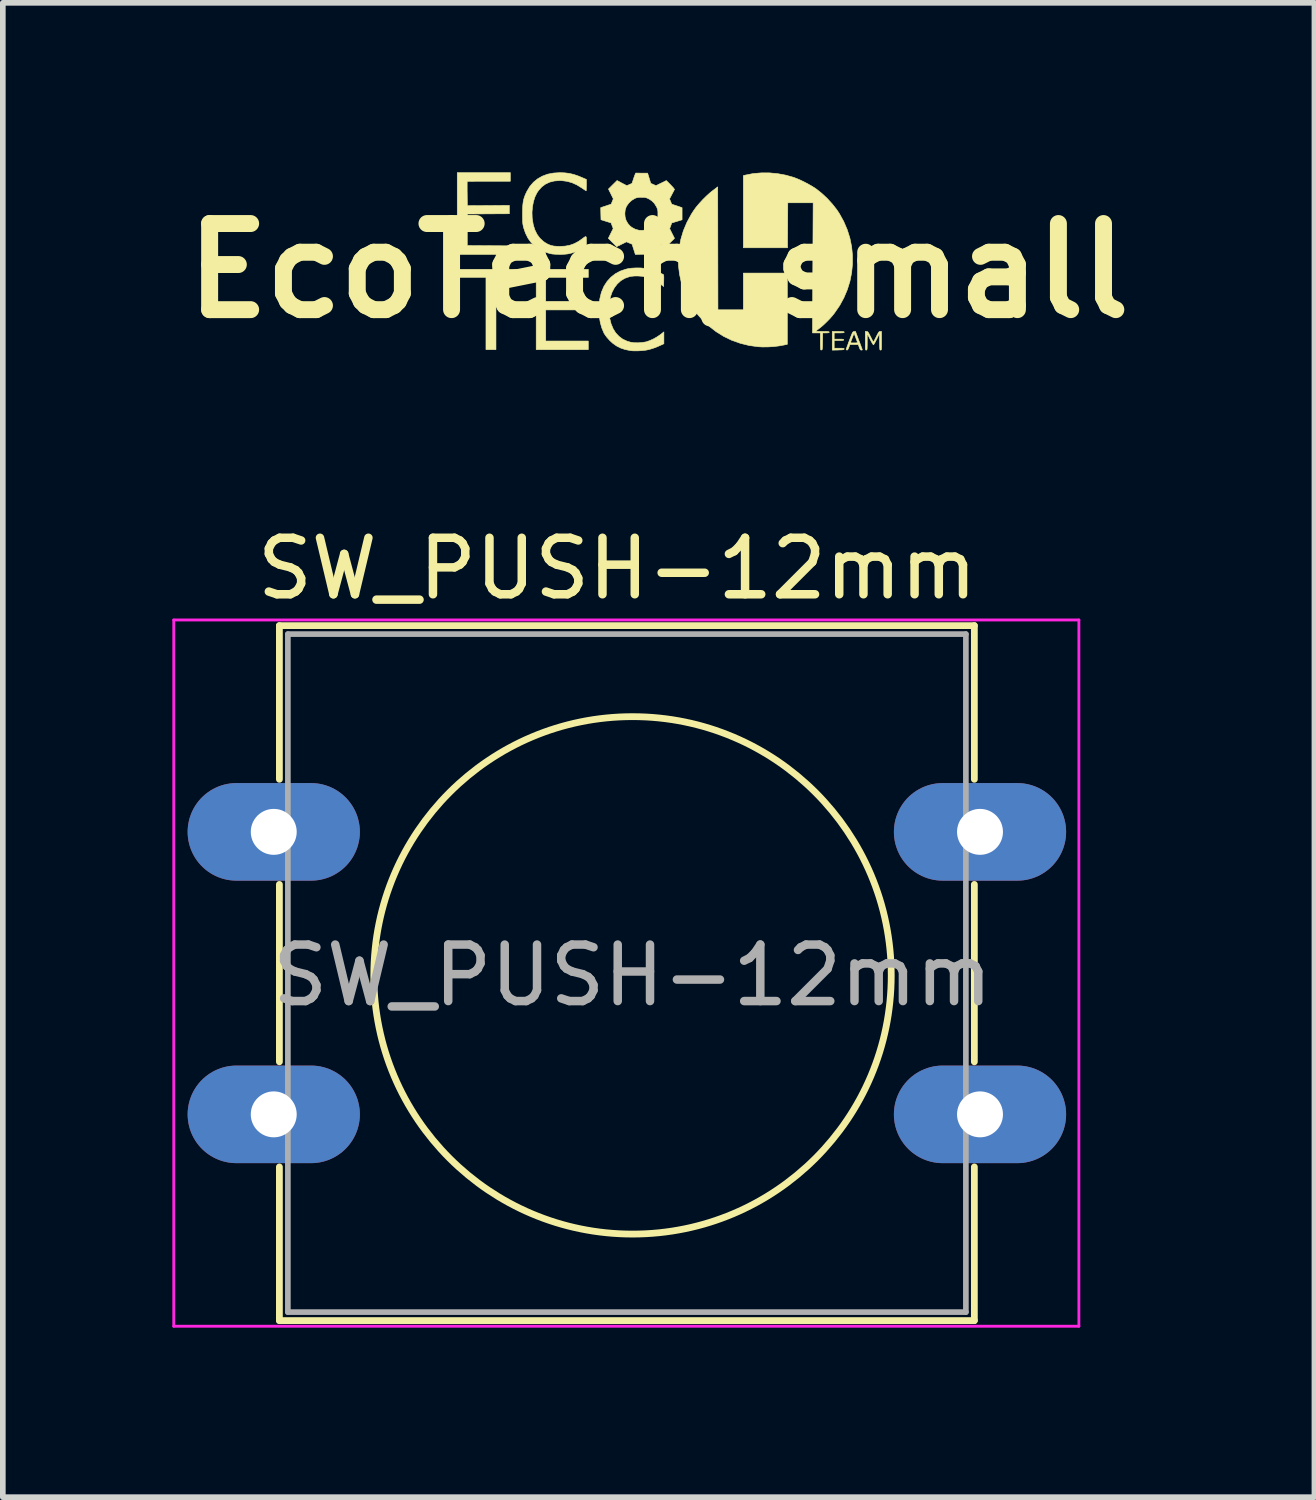
<source format=kicad_pcb>
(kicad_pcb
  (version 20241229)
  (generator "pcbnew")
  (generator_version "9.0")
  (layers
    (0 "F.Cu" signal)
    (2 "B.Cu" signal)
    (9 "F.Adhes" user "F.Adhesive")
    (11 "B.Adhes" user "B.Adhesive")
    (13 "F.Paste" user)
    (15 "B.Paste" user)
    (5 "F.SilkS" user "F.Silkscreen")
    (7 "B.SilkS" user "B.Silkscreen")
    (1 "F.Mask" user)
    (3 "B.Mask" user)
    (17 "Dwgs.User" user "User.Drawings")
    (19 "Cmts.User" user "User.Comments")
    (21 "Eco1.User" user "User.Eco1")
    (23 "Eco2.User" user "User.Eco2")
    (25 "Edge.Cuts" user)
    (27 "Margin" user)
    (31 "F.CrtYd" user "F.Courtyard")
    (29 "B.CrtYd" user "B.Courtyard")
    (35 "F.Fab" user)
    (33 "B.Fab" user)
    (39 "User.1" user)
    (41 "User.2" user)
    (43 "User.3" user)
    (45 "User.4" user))
  (footprint "EcoTech_small"
    (layer "F.Cu")
    (at 8.607 1.741)
    (property "Reference" "EcoTech_small" (at 0 0 0) (layer "F.SilkS") (effects (font (size 1.524 1.524) (thickness 0.3))))
    (attr through_hole)
    (fp_poly (pts (xy -2.371 0.119) (xy -2.879 0.119) (xy -2.879 1.397) (xy -3.056 1.397) (xy -3.056 0.119) (xy -3.56 0.119) (xy -3.56 -0.025) (xy -2.371 -0.025) (xy -2.371 0.119)) (stroke (width 0.01) (type solid)) (fill yes) (layer "F.SilkS"))
    (fp_poly (pts (xy -1.245 0.119) (xy -1.998 0.119) (xy -1.998 0.542) (xy -1.262 0.542) (xy -1.262 0.694) (xy -1.998 0.694) (xy -1.998 1.245) (xy -1.245 1.245) (xy -1.245 1.397) (xy -2.167 1.397) (xy -2.167 -0.025) (xy -1.245 -0.025) (xy -1.245 0.119)) (stroke (width 0.01) (type solid)) (fill yes) (layer "F.SilkS"))
    (fp_poly (pts (xy -2.625 -1.583) (xy -3.004 -1.583) (xy -3.083 -1.583) (xy -3.156 -1.583) (xy -3.222 -1.583) (xy -3.279 -1.582) (xy -3.326 -1.582) (xy -3.361 -1.581) (xy -3.382 -1.58) (xy -3.387 -1.58) (xy -3.388 -1.571) (xy -3.389 -1.547) (xy -3.389 -1.511) (xy -3.389 -1.465) (xy -3.389 -1.411) (xy -3.388 -1.364) (xy -3.386 -1.151) (xy -3.014 -1.153) (xy -2.642 -1.156) (xy -2.642 -1.082) (xy -2.642 -1.008) (xy -3.014 -1.006) (xy -3.387 -1.003) (xy -3.387 -0.445) (xy -2.625 -0.44) (xy -2.625 -0.288) (xy -3.564 -0.288) (xy -3.564 -1.736) (xy -2.625 -1.736) (xy -2.625 -1.583)) (stroke (width 0.01) (type solid)) (fill yes) (layer "F.SilkS"))
    (fp_poly (pts (xy 1.048 -0.332) (xy 1.05 0.821) (xy 1.499 0.821) (xy 1.499 0.042) (xy 2.278 0.042) (xy 2.278 1.303) (xy 2.22 1.315) (xy 2.133 1.331) (xy 2.036 1.343) (xy 1.937 1.349) (xy 1.841 1.35) (xy 1.765 1.346) (xy 1.602 1.324) (xy 1.445 1.285) (xy 1.295 1.232) (xy 1.152 1.163) (xy 1.017 1.079) (xy 0.89 0.98) (xy 0.779 0.875) (xy 0.692 0.777) (xy 0.617 0.678) (xy 0.551 0.571) (xy 0.522 0.516) (xy 0.455 0.369) (xy 0.404 0.218) (xy 0.37 0.064) (xy 0.351 -0.091) (xy 0.349 -0.247) (xy 0.363 -0.402) (xy 0.393 -0.555) (xy 0.438 -0.707) (xy 0.5 -0.854) (xy 0.578 -0.998) (xy 0.618 -1.061) (xy 0.665 -1.126) (xy 0.723 -1.194) (xy 0.787 -1.264) (xy 0.855 -1.33) (xy 0.921 -1.389) (xy 0.961 -1.42) (xy 1.046 -1.484) (xy 1.048 -0.332)) (stroke (width 0.01) (type solid)) (fill yes) (layer "F.SilkS"))
    (fp_poly (pts (xy 3.224 1.076) (xy 3.255 1.077) (xy 3.273 1.079) (xy 3.282 1.083) (xy 3.285 1.088) (xy 3.285 1.088) (xy 3.282 1.094) (xy 3.272 1.098) (xy 3.252 1.1) (xy 3.22 1.101) (xy 3.196 1.101) (xy 3.107 1.101) (xy 3.107 1.211) (xy 3.192 1.211) (xy 3.231 1.211) (xy 3.257 1.213) (xy 3.271 1.216) (xy 3.276 1.221) (xy 3.277 1.223) (xy 3.274 1.229) (xy 3.264 1.233) (xy 3.243 1.235) (xy 3.21 1.236) (xy 3.192 1.236) (xy 3.107 1.236) (xy 3.107 1.372) (xy 3.197 1.372) (xy 3.237 1.372) (xy 3.262 1.373) (xy 3.277 1.375) (xy 3.283 1.38) (xy 3.284 1.386) (xy 3.283 1.386) (xy 3.28 1.393) (xy 3.272 1.397) (xy 3.256 1.4) (xy 3.23 1.402) (xy 3.189 1.403) (xy 3.177 1.404) (xy 3.073 1.406) (xy 3.073 1.075) (xy 3.179 1.075) (xy 3.224 1.076)) (stroke (width 0.01) (type solid)) (fill yes) (layer "F.SilkS"))
    (fp_poly (pts (xy 3.543 1.233) (xy 3.562 1.282) (xy 3.578 1.325) (xy 3.591 1.361) (xy 3.601 1.386) (xy 3.605 1.398) (xy 3.605 1.399) (xy 3.601 1.404) (xy 3.588 1.405) (xy 3.576 1.403) (xy 3.566 1.392) (xy 3.556 1.37) (xy 3.551 1.357) (xy 3.534 1.308) (xy 3.384 1.308) (xy 3.367 1.357) (xy 3.354 1.387) (xy 3.343 1.402) (xy 3.334 1.405) (xy 3.322 1.401) (xy 3.319 1.395) (xy 3.322 1.384) (xy 3.33 1.36) (xy 3.343 1.325) (xy 3.358 1.283) (xy 3.362 1.271) (xy 3.398 1.271) (xy 3.403 1.276) (xy 3.418 1.278) (xy 3.446 1.278) (xy 3.459 1.278) (xy 3.491 1.278) (xy 3.51 1.276) (xy 3.519 1.273) (xy 3.519 1.266) (xy 3.518 1.264) (xy 3.513 1.249) (xy 3.503 1.224) (xy 3.491 1.191) (xy 3.487 1.179) (xy 3.475 1.148) (xy 3.465 1.124) (xy 3.459 1.112) (xy 3.458 1.111) (xy 3.454 1.12) (xy 3.446 1.14) (xy 3.435 1.169) (xy 3.43 1.181) (xy 3.418 1.214) (xy 3.407 1.242) (xy 3.4 1.261) (xy 3.399 1.264) (xy 3.398 1.271) (xy 3.362 1.271) (xy 3.376 1.235) (xy 3.377 1.232) (xy 3.397 1.179) (xy 3.412 1.14) (xy 3.423 1.113) (xy 3.432 1.095) (xy 3.44 1.085) (xy 3.447 1.079) (xy 3.456 1.077) (xy 3.459 1.077) (xy 3.484 1.074) (xy 3.543 1.233)) (stroke (width 0.01) (type solid)) (fill yes) (layer "F.SilkS"))
    (fp_poly (pts (xy 3.692 1.076) (xy 3.701 1.082) (xy 3.711 1.094) (xy 3.723 1.114) (xy 3.74 1.147) (xy 3.751 1.168) (xy 3.769 1.204) (xy 3.784 1.233) (xy 3.796 1.254) (xy 3.801 1.262) (xy 3.802 1.262) (xy 3.807 1.254) (xy 3.818 1.235) (xy 3.833 1.206) (xy 3.851 1.171) (xy 3.852 1.168) (xy 3.872 1.129) (xy 3.886 1.103) (xy 3.897 1.087) (xy 3.907 1.078) (xy 3.916 1.076) (xy 3.922 1.075) (xy 3.945 1.075) (xy 3.945 1.24) (xy 3.945 1.297) (xy 3.945 1.339) (xy 3.944 1.369) (xy 3.943 1.388) (xy 3.94 1.399) (xy 3.936 1.404) (xy 3.931 1.405) (xy 3.929 1.405) (xy 3.923 1.405) (xy 3.918 1.401) (xy 3.915 1.391) (xy 3.913 1.373) (xy 3.911 1.345) (xy 3.91 1.305) (xy 3.91 1.26) (xy 3.907 1.114) (xy 3.859 1.213) (xy 3.84 1.25) (xy 3.824 1.281) (xy 3.811 1.302) (xy 3.803 1.312) (xy 3.802 1.312) (xy 3.795 1.305) (xy 3.782 1.286) (xy 3.766 1.257) (xy 3.747 1.221) (xy 3.743 1.213) (xy 3.692 1.113) (xy 3.692 1.259) (xy 3.692 1.312) (xy 3.691 1.351) (xy 3.69 1.377) (xy 3.688 1.393) (xy 3.685 1.401) (xy 3.68 1.405) (xy 3.675 1.405) (xy 3.669 1.405) (xy 3.664 1.401) (xy 3.661 1.393) (xy 3.659 1.377) (xy 3.658 1.352) (xy 3.658 1.315) (xy 3.658 1.264) (xy 3.658 1.24) (xy 3.658 1.075) (xy 3.681 1.075) (xy 3.692 1.076)) (stroke (width 0.01) (type solid)) (fill yes) (layer "F.SilkS"))
    (fp_poly (pts (xy 1.963 -1.731) (xy 2.11 -1.717) (xy 2.255 -1.69) (xy 2.394 -1.65) (xy 2.395 -1.65) (xy 2.454 -1.627) (xy 2.522 -1.597) (xy 2.593 -1.562) (xy 2.662 -1.525) (xy 2.726 -1.488) (xy 2.779 -1.454) (xy 2.785 -1.45) (xy 2.886 -1.37) (xy 2.984 -1.279) (xy 3.075 -1.179) (xy 3.155 -1.077) (xy 3.198 -1.012) (xy 3.276 -0.871) (xy 3.338 -0.726) (xy 3.385 -0.577) (xy 3.416 -0.425) (xy 3.431 -0.271) (xy 3.431 -0.117) (xy 3.416 0.036) (xy 3.386 0.187) (xy 3.34 0.335) (xy 3.279 0.479) (xy 3.204 0.617) (xy 3.113 0.749) (xy 3.085 0.785) (xy 3.036 0.842) (xy 2.981 0.899) (xy 2.925 0.953) (xy 2.871 1) (xy 2.833 1.029) (xy 2.81 1.047) (xy 2.793 1.061) (xy 2.786 1.069) (xy 2.786 1.069) (xy 2.794 1.071) (xy 2.815 1.073) (xy 2.848 1.075) (xy 2.888 1.075) (xy 2.903 1.075) (xy 2.95 1.076) (xy 2.983 1.076) (xy 3.004 1.078) (xy 3.015 1.082) (xy 3.02 1.086) (xy 3.02 1.088) (xy 3.016 1.095) (xy 3.003 1.099) (xy 2.978 1.101) (xy 2.962 1.101) (xy 2.904 1.101) (xy 2.902 1.251) (xy 2.901 1.306) (xy 2.9 1.346) (xy 2.898 1.373) (xy 2.895 1.391) (xy 2.892 1.4) (xy 2.887 1.403) (xy 2.887 1.404) (xy 2.872 1.402) (xy 2.868 1.4) (xy 2.866 1.39) (xy 2.864 1.366) (xy 2.863 1.331) (xy 2.862 1.287) (xy 2.862 1.247) (xy 2.862 1.101) (xy 2.723 1.101) (xy 2.729 -0.051) (xy 2.735 -1.202) (xy 2.286 -1.202) (xy 2.284 -0.861) (xy 2.284 -0.785) (xy 2.283 -0.711) (xy 2.283 -0.643) (xy 2.282 -0.582) (xy 2.282 -0.531) (xy 2.282 -0.492) (xy 2.282 -0.467) (xy 2.282 -0.464) (xy 2.282 -0.406) (xy 1.89 -0.406) (xy 1.499 -0.406) (xy 1.499 -1.683) (xy 1.535 -1.692) (xy 1.672 -1.719) (xy 1.815 -1.731) (xy 1.963 -1.731)) (stroke (width 0.01) (type solid)) (fill yes) (layer "F.SilkS"))
    (fp_poly (pts (xy -0.315 -0.048) (xy -0.238 -0.04) (xy -0.17 -0.027) (xy -0.167 -0.026) (xy -0.137 -0.017) (xy -0.098 -0.005) (xy -0.055 0.011) (xy -0.011 0.027) (xy 0.028 0.042) (xy 0.06 0.056) (xy 0.081 0.066) (xy 0.083 0.067) (xy 0.088 0.075) (xy 0.091 0.093) (xy 0.092 0.124) (xy 0.091 0.169) (xy 0.091 0.177) (xy 0.089 0.28) (xy 0.03 0.236) (xy -0.044 0.188) (xy -0.125 0.148) (xy -0.207 0.117) (xy -0.232 0.11) (xy -0.292 0.099) (xy -0.359 0.094) (xy -0.427 0.094) (xy -0.489 0.1) (xy -0.519 0.107) (xy -0.599 0.135) (xy -0.67 0.178) (xy -0.731 0.234) (xy -0.783 0.301) (xy -0.824 0.38) (xy -0.854 0.468) (xy -0.873 0.566) (xy -0.879 0.672) (xy -0.878 0.732) (xy -0.866 0.841) (xy -0.842 0.939) (xy -0.806 1.026) (xy -0.76 1.1) (xy -0.702 1.162) (xy -0.635 1.212) (xy -0.557 1.248) (xy -0.491 1.267) (xy -0.432 1.275) (xy -0.364 1.276) (xy -0.294 1.271) (xy -0.229 1.261) (xy -0.216 1.258) (xy -0.159 1.238) (xy -0.096 1.21) (xy -0.032 1.174) (xy 0.026 1.135) (xy 0.032 1.131) (xy 0.093 1.083) (xy 0.093 1.293) (xy 0.036 1.319) (xy -0.027 1.347) (xy -0.082 1.368) (xy -0.134 1.385) (xy -0.182 1.398) (xy -0.228 1.407) (xy -0.285 1.413) (xy -0.347 1.418) (xy -0.408 1.419) (xy -0.462 1.418) (xy -0.501 1.414) (xy -0.594 1.395) (xy -0.674 1.368) (xy -0.745 1.332) (xy -0.811 1.285) (xy -0.864 1.237) (xy -0.919 1.175) (xy -0.959 1.119) (xy -0.967 1.105) (xy -1.004 1.018) (xy -1.032 0.921) (xy -1.049 0.817) (xy -1.057 0.709) (xy -1.054 0.6) (xy -1.04 0.494) (xy -1.016 0.394) (xy -1.008 0.37) (xy -0.967 0.275) (xy -0.912 0.19) (xy -0.846 0.117) (xy -0.769 0.056) (xy -0.681 0.008) (xy -0.583 -0.026) (xy -0.544 -0.035) (xy -0.475 -0.045) (xy -0.396 -0.049) (xy -0.315 -0.048)) (stroke (width 0.01) (type solid)) (fill yes) (layer "F.SilkS"))
    (fp_poly (pts (xy -1.664 -1.732) (xy -1.582 -1.722) (xy -1.501 -1.703) (xy -1.417 -1.674) (xy -1.357 -1.649) (xy -1.278 -1.615) (xy -1.278 -1.515) (xy -1.279 -1.476) (xy -1.28 -1.444) (xy -1.281 -1.422) (xy -1.283 -1.414) (xy -1.283 -1.414) (xy -1.291 -1.418) (xy -1.31 -1.431) (xy -1.337 -1.449) (xy -1.354 -1.461) (xy -1.444 -1.517) (xy -1.532 -1.557) (xy -1.622 -1.582) (xy -1.715 -1.594) (xy -1.753 -1.595) (xy -1.846 -1.588) (xy -1.929 -1.567) (xy -2.004 -1.532) (xy -2.069 -1.483) (xy -2.126 -1.419) (xy -2.155 -1.376) (xy -2.19 -1.304) (xy -2.216 -1.22) (xy -2.233 -1.128) (xy -2.241 -1.033) (xy -2.238 -0.936) (xy -2.236 -0.918) (xy -2.219 -0.814) (xy -2.191 -0.723) (xy -2.152 -0.644) (xy -2.103 -0.577) (xy -2.042 -0.52) (xy -2.014 -0.5) (xy -1.963 -0.47) (xy -1.912 -0.449) (xy -1.856 -0.436) (xy -1.791 -0.431) (xy -1.748 -0.43) (xy -1.654 -0.435) (xy -1.57 -0.451) (xy -1.492 -0.479) (xy -1.415 -0.52) (xy -1.352 -0.565) (xy -1.321 -0.588) (xy -1.301 -0.601) (xy -1.288 -0.604) (xy -1.281 -0.594) (xy -1.279 -0.571) (xy -1.278 -0.533) (xy -1.278 -0.513) (xy -1.278 -0.414) (xy -1.341 -0.385) (xy -1.402 -0.359) (xy -1.467 -0.335) (xy -1.53 -0.315) (xy -1.587 -0.301) (xy -1.609 -0.297) (xy -1.654 -0.292) (xy -1.709 -0.289) (xy -1.769 -0.289) (xy -1.827 -0.291) (xy -1.879 -0.295) (xy -1.913 -0.301) (xy -2.014 -0.329) (xy -2.104 -0.37) (xy -2.184 -0.425) (xy -2.253 -0.493) (xy -2.311 -0.573) (xy -2.357 -0.665) (xy -2.39 -0.762) (xy -2.396 -0.789) (xy -2.401 -0.814) (xy -2.405 -0.841) (xy -2.407 -0.873) (xy -2.408 -0.914) (xy -2.409 -0.965) (xy -2.409 -1.008) (xy -2.408 -1.086) (xy -2.405 -1.15) (xy -2.399 -1.205) (xy -2.39 -1.254) (xy -2.377 -1.299) (xy -2.359 -1.346) (xy -2.335 -1.397) (xy -2.332 -1.403) (xy -2.28 -1.49) (xy -2.217 -1.564) (xy -2.143 -1.625) (xy -2.059 -1.673) (xy -1.966 -1.708) (xy -1.862 -1.728) (xy -1.752 -1.735) (xy -1.664 -1.732)) (stroke (width 0.01) (type solid)) (fill yes) (layer "F.SilkS"))
    (fp_poly (pts (xy -0.393 -1.728) (xy -0.37 -1.728) (xy -0.336 -1.727) (xy -0.296 -1.727) (xy -0.195 -1.727) (xy -0.167 -1.637) (xy -0.14 -1.547) (xy -0.047 -1.505) (xy 0.044 -1.55) (xy 0.136 -1.595) (xy 0.191 -1.541) (xy 0.218 -1.513) (xy 0.242 -1.488) (xy 0.26 -1.468) (xy 0.264 -1.463) (xy 0.281 -1.439) (xy 0.237 -1.355) (xy 0.193 -1.271) (xy 0.212 -1.224) (xy 0.232 -1.177) (xy 0.323 -1.147) (xy 0.415 -1.116) (xy 0.415 -0.901) (xy 0.324 -0.873) (xy 0.232 -0.845) (xy 0.214 -0.794) (xy 0.195 -0.744) (xy 0.238 -0.658) (xy 0.281 -0.573) (xy 0.131 -0.424) (xy -0.04 -0.511) (xy -0.14 -0.468) (xy -0.17 -0.38) (xy -0.201 -0.292) (xy -0.306 -0.29) (xy -0.412 -0.287) (xy -0.441 -0.378) (xy -0.47 -0.469) (xy -0.52 -0.49) (xy -0.569 -0.511) (xy -0.656 -0.468) (xy -0.743 -0.425) (xy -0.816 -0.499) (xy -0.89 -0.573) (xy -0.847 -0.66) (xy -0.804 -0.746) (xy -0.823 -0.796) (xy -0.842 -0.846) (xy -1.02 -0.902) (xy -1.023 -1.009) (xy -1.023 -1.011) (xy -0.598 -1.011) (xy -0.593 -0.95) (xy -0.577 -0.894) (xy -0.575 -0.889) (xy -0.545 -0.836) (xy -0.51 -0.795) (xy -0.474 -0.766) (xy -0.412 -0.733) (xy -0.346 -0.715) (xy -0.278 -0.714) (xy -0.21 -0.729) (xy -0.175 -0.744) (xy -0.116 -0.781) (xy -0.069 -0.83) (xy -0.035 -0.888) (xy -0.023 -0.916) (xy -0.016 -0.943) (xy -0.013 -0.975) (xy -0.013 -1.008) (xy -0.013 -1.046) (xy -0.017 -1.074) (xy -0.024 -1.099) (xy -0.036 -1.128) (xy -0.041 -1.136) (xy -0.077 -1.194) (xy -0.123 -1.239) (xy -0.183 -1.276) (xy -0.186 -1.277) (xy -0.214 -1.289) (xy -0.241 -1.296) (xy -0.272 -1.299) (xy -0.305 -1.299) (xy -0.345 -1.298) (xy -0.375 -1.294) (xy -0.402 -1.287) (xy -0.425 -1.277) (xy -0.48 -1.243) (xy -0.528 -1.197) (xy -0.566 -1.144) (xy -0.574 -1.128) (xy -0.592 -1.073) (xy -0.598 -1.011) (xy -1.023 -1.011) (xy -1.025 -1.116) (xy -0.932 -1.147) (xy -0.84 -1.178) (xy -0.821 -1.225) (xy -0.802 -1.272) (xy -0.845 -1.359) (xy -0.888 -1.445) (xy -0.812 -1.521) (xy -0.736 -1.596) (xy -0.65 -1.55) (xy -0.563 -1.505) (xy -0.517 -1.525) (xy -0.471 -1.546) (xy -0.44 -1.639) (xy -0.428 -1.675) (xy -0.416 -1.704) (xy -0.408 -1.723) (xy -0.404 -1.729) (xy -0.393 -1.728)) (stroke (width 0.01) (type solid)) (fill yes) (layer "F.SilkS")))
  (footprint "SW_PUSH-12mm"
    (layer "F.Cu")
    (at 1.795 11.673)
    (property "Reference" "SW_PUSH-12mm" (at 6.08 -4.66 0) (layer "F.SilkS") (effects (font (size 1 1) (thickness 0.15))))
    (attr through_hole)
    (fp_line (start 0.1 -3.65) (end 12.4 -3.65) (stroke (width 0.12) (type solid)) (layer "F.SilkS"))
    (fp_line (start 0.1 -0.93) (end 0.1 -3.65) (stroke (width 0.12) (type solid)) (layer "F.SilkS"))
    (fp_line (start 0.1 4.07) (end 0.1 0.93) (stroke (width 0.12) (type solid)) (layer "F.SilkS"))
    (fp_line (start 0.1 8.65) (end 0.1 5.93) (stroke (width 0.12) (type solid)) (layer "F.SilkS"))
    (fp_line (start 12.4 -3.65) (end 12.4 -0.93) (stroke (width 0.12) (type solid)) (layer "F.SilkS"))
    (fp_line (start 12.4 0.93) (end 12.4 4.07) (stroke (width 0.12) (type solid)) (layer "F.SilkS"))
    (fp_line (start 12.4 5.93) (end 12.4 8.65) (stroke (width 0.12) (type solid)) (layer "F.SilkS"))
    (fp_line (start 12.4 8.65) (end 0.1 8.65) (stroke (width 0.12) (type solid)) (layer "F.SilkS"))
    (fp_circle (center 6.35 2.54) (end 10.16 5.08) (stroke (width 0.12) (type solid)) (fill no) (layer "F.SilkS"))
    (fp_line (start -1.77 -3.75) (end -1.77 8.75) (stroke (width 0.05) (type solid)) (layer "F.CrtYd"))
    (fp_line (start -1.77 -3.75) (end 14.25 -3.75) (stroke (width 0.05) (type solid)) (layer "F.CrtYd"))
    (fp_line (start 14.25 8.75) (end -1.77 8.75) (stroke (width 0.05) (type solid)) (layer "F.CrtYd"))
    (fp_line (start 14.25 8.75) (end 14.25 -3.75) (stroke (width 0.05) (type solid)) (layer "F.CrtYd"))
    (fp_line (start 0.25 -3.5) (end 0.25 8.5) (stroke (width 0.1) (type solid)) (layer "F.Fab"))
    (fp_line (start 0.25 -3.5) (end 12.25 -3.5) (stroke (width 0.1) (type solid)) (layer "F.Fab"))
    (fp_line (start 0.25 8.5) (end 12.25 8.5) (stroke (width 0.1) (type solid)) (layer "F.Fab"))
    (fp_line (start 12.25 -3.5) (end 12.25 8.5) (stroke (width 0.1) (type solid)) (layer "F.Fab"))
    (fp_text user "${REFERENCE}" (at 6.35 2.54 0) (layer "F.Fab") (effects (font (size 1 1) (thickness 0.15))))
    (pad "1" thru_hole oval (at 0 0) (size 3.048 1.727) (drill 0.813) (layers "*.Cu" "*.Mask"))
    (pad "1" thru_hole oval (at 12.5 0) (size 3.048 1.727) (drill 0.813) (layers "*.Cu" "*.Mask"))
    (pad "2" thru_hole oval (at 0 5) (size 3.048 1.727) (drill 0.813) (layers "*.Cu" "*.Mask"))
    (pad "2" thru_hole oval (at 12.5 5) (size 3.048 1.727) (drill 0.813) (layers "*.Cu" "*.Mask")))
  (gr_rect
    (start -3 -3)
    (end 20.214 23.448)
    (stroke (width 0.1) (type default))
    (fill no)
    (layer "Edge.Cuts")))
</source>
